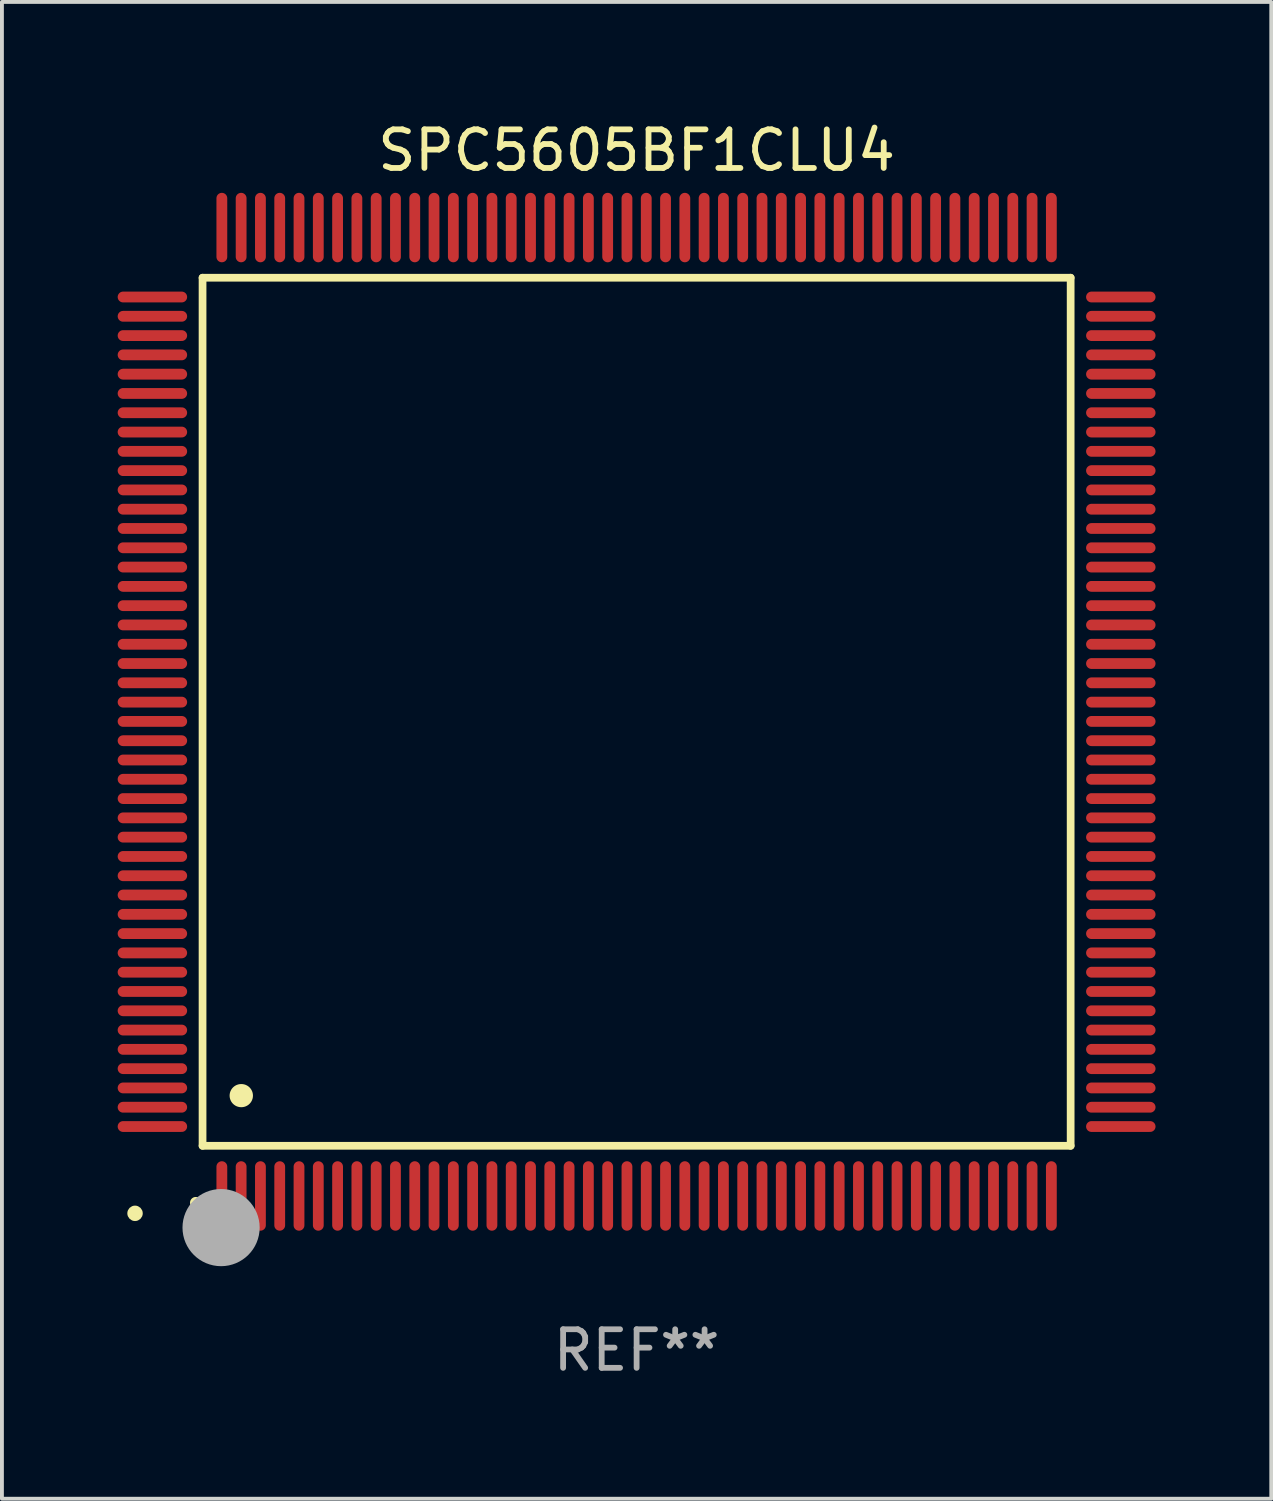
<source format=kicad_pcb>
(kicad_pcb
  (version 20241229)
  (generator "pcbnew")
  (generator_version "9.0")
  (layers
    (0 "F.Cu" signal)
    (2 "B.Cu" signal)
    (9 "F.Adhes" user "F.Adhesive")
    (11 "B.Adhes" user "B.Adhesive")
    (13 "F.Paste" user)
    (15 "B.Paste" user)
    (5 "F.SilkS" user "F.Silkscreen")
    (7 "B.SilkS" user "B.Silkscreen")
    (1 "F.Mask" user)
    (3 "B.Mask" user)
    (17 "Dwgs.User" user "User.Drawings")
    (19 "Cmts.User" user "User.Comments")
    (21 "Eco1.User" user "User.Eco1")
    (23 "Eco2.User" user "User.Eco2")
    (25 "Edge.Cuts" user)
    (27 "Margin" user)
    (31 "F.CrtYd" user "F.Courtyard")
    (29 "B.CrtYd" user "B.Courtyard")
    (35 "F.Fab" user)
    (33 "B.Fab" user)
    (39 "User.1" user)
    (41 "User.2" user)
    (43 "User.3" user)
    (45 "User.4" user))
  (footprint "SPC5605BF1CLU4"
    (layer "F.Cu")
    (at 13.45 15.398)
    (property "Reference" "SPC5605BF1CLU4" (at 0 -14.55 0) (layer "F.SilkS") (effects (font (size 1 1) (thickness 0.15))))
    (attr through_hole)
    (fp_line (start -11.25 -11.25) (end 11.25 -11.25) (stroke (width 0.2) (type solid)) (layer "F.SilkS"))
    (fp_line (start -11.25 11.25) (end -11.25 -11.25) (stroke (width 0.2) (type solid)) (layer "F.SilkS"))
    (fp_line (start 11.25 -11.25) (end 11.25 11.25) (stroke (width 0.2) (type solid)) (layer "F.SilkS"))
    (fp_line (start 11.25 11.25) (end -11.25 11.25) (stroke (width 0.2) (type solid)) (layer "F.SilkS"))
    (fp_arc (start -11.424943 12.725425) (mid -11.423673 12.72542) (end -11.422403 12.725425) (stroke (width 0.3) (type solid)) (layer "F.SilkS"))
    (fp_arc (start -10.24892 9.9492) (mid -10.24638 9.949189) (end -10.24384 9.9492) (stroke (width 0.6) (type solid)) (layer "F.SilkS"))
    (fp_circle (center -13 13) (end -12.9 13) (stroke (width 0.2) (type solid)) (fill no) (layer "F.SilkS"))
    (fp_circle (center -10.77 13.37) (end -10.27 13.37) (stroke (width 1) (type solid)) (fill no) (layer "F.Fab"))
    (fp_text user "REF**" (at 0 16.55 0) (layer "F.Fab") (effects (font (size 1 1) (thickness 0.15))))
    (pad "1" smd oval (at -10.75 12.55) (size 0.28 1.8) (layers "F.Cu" "F.Mask" "F.Paste"))
    (pad "2" smd oval (at -10.25 12.55) (size 0.28 1.8) (layers "F.Cu" "F.Mask" "F.Paste"))
    (pad "3" smd oval (at -9.75 12.55) (size 0.28 1.8) (layers "F.Cu" "F.Mask" "F.Paste"))
    (pad "4" smd oval (at -9.25 12.55) (size 0.28 1.8) (layers "F.Cu" "F.Mask" "F.Paste"))
    (pad "5" smd oval (at -8.75 12.55) (size 0.28 1.8) (layers "F.Cu" "F.Mask" "F.Paste"))
    (pad "6" smd oval (at -8.25 12.55) (size 0.28 1.8) (layers "F.Cu" "F.Mask" "F.Paste"))
    (pad "7" smd oval (at -7.75 12.55) (size 0.28 1.8) (layers "F.Cu" "F.Mask" "F.Paste"))
    (pad "8" smd oval (at -7.25 12.55) (size 0.28 1.8) (layers "F.Cu" "F.Mask" "F.Paste"))
    (pad "9" smd oval (at -6.75 12.55) (size 0.28 1.8) (layers "F.Cu" "F.Mask" "F.Paste"))
    (pad "10" smd oval (at -6.25 12.55) (size 0.28 1.8) (layers "F.Cu" "F.Mask" "F.Paste"))
    (pad "11" smd oval (at -5.75 12.55) (size 0.28 1.8) (layers "F.Cu" "F.Mask" "F.Paste"))
    (pad "12" smd oval (at -5.25 12.55) (size 0.28 1.8) (layers "F.Cu" "F.Mask" "F.Paste"))
    (pad "13" smd oval (at -4.75 12.55) (size 0.28 1.8) (layers "F.Cu" "F.Mask" "F.Paste"))
    (pad "14" smd oval (at -4.25 12.55) (size 0.28 1.8) (layers "F.Cu" "F.Mask" "F.Paste"))
    (pad "15" smd oval (at -3.75 12.55) (size 0.28 1.8) (layers "F.Cu" "F.Mask" "F.Paste"))
    (pad "16" smd oval (at -3.25 12.55) (size 0.28 1.8) (layers "F.Cu" "F.Mask" "F.Paste"))
    (pad "17" smd oval (at -2.75 12.55) (size 0.28 1.8) (layers "F.Cu" "F.Mask" "F.Paste"))
    (pad "18" smd oval (at -2.25 12.55) (size 0.28 1.8) (layers "F.Cu" "F.Mask" "F.Paste"))
    (pad "19" smd oval (at -1.75 12.55) (size 0.28 1.8) (layers "F.Cu" "F.Mask" "F.Paste"))
    (pad "20" smd oval (at -1.25 12.55) (size 0.28 1.8) (layers "F.Cu" "F.Mask" "F.Paste"))
    (pad "21" smd oval (at -0.75 12.55) (size 0.28 1.8) (layers "F.Cu" "F.Mask" "F.Paste"))
    (pad "22" smd oval (at -0.25 12.55) (size 0.28 1.8) (layers "F.Cu" "F.Mask" "F.Paste"))
    (pad "23" smd oval (at 0.25 12.55) (size 0.28 1.8) (layers "F.Cu" "F.Mask" "F.Paste"))
    (pad "24" smd oval (at 0.75 12.55) (size 0.28 1.8) (layers "F.Cu" "F.Mask" "F.Paste"))
    (pad "25" smd oval (at 1.25 12.55) (size 0.28 1.8) (layers "F.Cu" "F.Mask" "F.Paste"))
    (pad "26" smd oval (at 1.75 12.55) (size 0.28 1.8) (layers "F.Cu" "F.Mask" "F.Paste"))
    (pad "27" smd oval (at 2.25 12.55) (size 0.28 1.8) (layers "F.Cu" "F.Mask" "F.Paste"))
    (pad "28" smd oval (at 2.75 12.55) (size 0.28 1.8) (layers "F.Cu" "F.Mask" "F.Paste"))
    (pad "29" smd oval (at 3.25 12.55) (size 0.28 1.8) (layers "F.Cu" "F.Mask" "F.Paste"))
    (pad "30" smd oval (at 3.75 12.55) (size 0.28 1.8) (layers "F.Cu" "F.Mask" "F.Paste"))
    (pad "31" smd oval (at 4.25 12.55) (size 0.28 1.8) (layers "F.Cu" "F.Mask" "F.Paste"))
    (pad "32" smd oval (at 4.75 12.55) (size 0.28 1.8) (layers "F.Cu" "F.Mask" "F.Paste"))
    (pad "33" smd oval (at 5.25 12.55) (size 0.28 1.8) (layers "F.Cu" "F.Mask" "F.Paste"))
    (pad "34" smd oval (at 5.75 12.55) (size 0.28 1.8) (layers "F.Cu" "F.Mask" "F.Paste"))
    (pad "35" smd oval (at 6.25 12.55) (size 0.28 1.8) (layers "F.Cu" "F.Mask" "F.Paste"))
    (pad "36" smd oval (at 6.75 12.55) (size 0.28 1.8) (layers "F.Cu" "F.Mask" "F.Paste"))
    (pad "37" smd oval (at 7.25 12.55) (size 0.28 1.8) (layers "F.Cu" "F.Mask" "F.Paste"))
    (pad "38" smd oval (at 7.75 12.55) (size 0.28 1.8) (layers "F.Cu" "F.Mask" "F.Paste"))
    (pad "39" smd oval (at 8.25 12.55) (size 0.28 1.8) (layers "F.Cu" "F.Mask" "F.Paste"))
    (pad "40" smd oval (at 8.75 12.55) (size 0.28 1.8) (layers "F.Cu" "F.Mask" "F.Paste"))
    (pad "41" smd oval (at 9.25 12.55) (size 0.28 1.8) (layers "F.Cu" "F.Mask" "F.Paste"))
    (pad "42" smd oval (at 9.75 12.55) (size 0.28 1.8) (layers "F.Cu" "F.Mask" "F.Paste"))
    (pad "43" smd oval (at 10.25 12.55) (size 0.28 1.8) (layers "F.Cu" "F.Mask" "F.Paste"))
    (pad "44" smd oval (at 10.75 12.55) (size 0.28 1.8) (layers "F.Cu" "F.Mask" "F.Paste"))
    (pad "45" smd oval (at 12.55 10.75) (size 1.8 0.28) (layers "F.Cu" "F.Mask" "F.Paste"))
    (pad "46" smd oval (at 12.55 10.25) (size 1.8 0.28) (layers "F.Cu" "F.Mask" "F.Paste"))
    (pad "47" smd oval (at 12.55 9.75) (size 1.8 0.28) (layers "F.Cu" "F.Mask" "F.Paste"))
    (pad "48" smd oval (at 12.55 9.25) (size 1.8 0.28) (layers "F.Cu" "F.Mask" "F.Paste"))
    (pad "49" smd oval (at 12.55 8.75) (size 1.8 0.28) (layers "F.Cu" "F.Mask" "F.Paste"))
    (pad "50" smd oval (at 12.55 8.25) (size 1.8 0.28) (layers "F.Cu" "F.Mask" "F.Paste"))
    (pad "51" smd oval (at 12.55 7.75) (size 1.8 0.28) (layers "F.Cu" "F.Mask" "F.Paste"))
    (pad "52" smd oval (at 12.55 7.25) (size 1.8 0.28) (layers "F.Cu" "F.Mask" "F.Paste"))
    (pad "53" smd oval (at 12.55 6.75) (size 1.8 0.28) (layers "F.Cu" "F.Mask" "F.Paste"))
    (pad "54" smd oval (at 12.55 6.25) (size 1.8 0.28) (layers "F.Cu" "F.Mask" "F.Paste"))
    (pad "55" smd oval (at 12.55 5.75) (size 1.8 0.28) (layers "F.Cu" "F.Mask" "F.Paste"))
    (pad "56" smd oval (at 12.55 5.25) (size 1.8 0.28) (layers "F.Cu" "F.Mask" "F.Paste"))
    (pad "57" smd oval (at 12.55 4.75) (size 1.8 0.28) (layers "F.Cu" "F.Mask" "F.Paste"))
    (pad "58" smd oval (at 12.55 4.25) (size 1.8 0.28) (layers "F.Cu" "F.Mask" "F.Paste"))
    (pad "59" smd oval (at 12.55 3.75) (size 1.8 0.28) (layers "F.Cu" "F.Mask" "F.Paste"))
    (pad "60" smd oval (at 12.55 3.25) (size 1.8 0.28) (layers "F.Cu" "F.Mask" "F.Paste"))
    (pad "61" smd oval (at 12.55 2.75) (size 1.8 0.28) (layers "F.Cu" "F.Mask" "F.Paste"))
    (pad "62" smd oval (at 12.55 2.25) (size 1.8 0.28) (layers "F.Cu" "F.Mask" "F.Paste"))
    (pad "63" smd oval (at 12.55 1.75) (size 1.8 0.28) (layers "F.Cu" "F.Mask" "F.Paste"))
    (pad "64" smd oval (at 12.55 1.25) (size 1.8 0.28) (layers "F.Cu" "F.Mask" "F.Paste"))
    (pad "65" smd oval (at 12.55 0.75) (size 1.8 0.28) (layers "F.Cu" "F.Mask" "F.Paste"))
    (pad "66" smd oval (at 12.55 0.25) (size 1.8 0.28) (layers "F.Cu" "F.Mask" "F.Paste"))
    (pad "67" smd oval (at 12.55 -0.25) (size 1.8 0.28) (layers "F.Cu" "F.Mask" "F.Paste"))
    (pad "68" smd oval (at 12.55 -0.75) (size 1.8 0.28) (layers "F.Cu" "F.Mask" "F.Paste"))
    (pad "69" smd oval (at 12.55 -1.25) (size 1.8 0.28) (layers "F.Cu" "F.Mask" "F.Paste"))
    (pad "70" smd oval (at 12.55 -1.75) (size 1.8 0.28) (layers "F.Cu" "F.Mask" "F.Paste"))
    (pad "71" smd oval (at 12.55 -2.25) (size 1.8 0.28) (layers "F.Cu" "F.Mask" "F.Paste"))
    (pad "72" smd oval (at 12.55 -2.75) (size 1.8 0.28) (layers "F.Cu" "F.Mask" "F.Paste"))
    (pad "73" smd oval (at 12.55 -3.25) (size 1.8 0.28) (layers "F.Cu" "F.Mask" "F.Paste"))
    (pad "74" smd oval (at 12.55 -3.75) (size 1.8 0.28) (layers "F.Cu" "F.Mask" "F.Paste"))
    (pad "75" smd oval (at 12.55 -4.25) (size 1.8 0.28) (layers "F.Cu" "F.Mask" "F.Paste"))
    (pad "76" smd oval (at 12.55 -4.75) (size 1.8 0.28) (layers "F.Cu" "F.Mask" "F.Paste"))
    (pad "77" smd oval (at 12.55 -5.25) (size 1.8 0.28) (layers "F.Cu" "F.Mask" "F.Paste"))
    (pad "78" smd oval (at 12.55 -5.75) (size 1.8 0.28) (layers "F.Cu" "F.Mask" "F.Paste"))
    (pad "79" smd oval (at 12.55 -6.25) (size 1.8 0.28) (layers "F.Cu" "F.Mask" "F.Paste"))
    (pad "80" smd oval (at 12.55 -6.75) (size 1.8 0.28) (layers "F.Cu" "F.Mask" "F.Paste"))
    (pad "81" smd oval (at 12.55 -7.25) (size 1.8 0.28) (layers "F.Cu" "F.Mask" "F.Paste"))
    (pad "82" smd oval (at 12.55 -7.75) (size 1.8 0.28) (layers "F.Cu" "F.Mask" "F.Paste"))
    (pad "83" smd oval (at 12.55 -8.25) (size 1.8 0.28) (layers "F.Cu" "F.Mask" "F.Paste"))
    (pad "84" smd oval (at 12.55 -8.75) (size 1.8 0.28) (layers "F.Cu" "F.Mask" "F.Paste"))
    (pad "85" smd oval (at 12.55 -9.25) (size 1.8 0.28) (layers "F.Cu" "F.Mask" "F.Paste"))
    (pad "86" smd oval (at 12.55 -9.75) (size 1.8 0.28) (layers "F.Cu" "F.Mask" "F.Paste"))
    (pad "87" smd oval (at 12.55 -10.25) (size 1.8 0.28) (layers "F.Cu" "F.Mask" "F.Paste"))
    (pad "88" smd oval (at 12.55 -10.75) (size 1.8 0.28) (layers "F.Cu" "F.Mask" "F.Paste"))
    (pad "89" smd oval (at 10.75 -12.55) (size 0.28 1.8) (layers "F.Cu" "F.Mask" "F.Paste"))
    (pad "90" smd oval (at 10.25 -12.55) (size 0.28 1.8) (layers "F.Cu" "F.Mask" "F.Paste"))
    (pad "91" smd oval (at 9.75 -12.55) (size 0.28 1.8) (layers "F.Cu" "F.Mask" "F.Paste"))
    (pad "92" smd oval (at 9.25 -12.55) (size 0.28 1.8) (layers "F.Cu" "F.Mask" "F.Paste"))
    (pad "93" smd oval (at 8.75 -12.55) (size 0.28 1.8) (layers "F.Cu" "F.Mask" "F.Paste"))
    (pad "94" smd oval (at 8.25 -12.55) (size 0.28 1.8) (layers "F.Cu" "F.Mask" "F.Paste"))
    (pad "95" smd oval (at 7.75 -12.55) (size 0.28 1.8) (layers "F.Cu" "F.Mask" "F.Paste"))
    (pad "96" smd oval (at 7.25 -12.55) (size 0.28 1.8) (layers "F.Cu" "F.Mask" "F.Paste"))
    (pad "97" smd oval (at 6.75 -12.55) (size 0.28 1.8) (layers "F.Cu" "F.Mask" "F.Paste"))
    (pad "98" smd oval (at 6.25 -12.55) (size 0.28 1.8) (layers "F.Cu" "F.Mask" "F.Paste"))
    (pad "99" smd oval (at 5.75 -12.55) (size 0.28 1.8) (layers "F.Cu" "F.Mask" "F.Paste"))
    (pad "100" smd oval (at 5.25 -12.55) (size 0.28 1.8) (layers "F.Cu" "F.Mask" "F.Paste"))
    (pad "101" smd oval (at 4.75 -12.55) (size 0.28 1.8) (layers "F.Cu" "F.Mask" "F.Paste"))
    (pad "102" smd oval (at 4.25 -12.55) (size 0.28 1.8) (layers "F.Cu" "F.Mask" "F.Paste"))
    (pad "103" smd oval (at 3.75 -12.55) (size 0.28 1.8) (layers "F.Cu" "F.Mask" "F.Paste"))
    (pad "104" smd oval (at 3.25 -12.55) (size 0.28 1.8) (layers "F.Cu" "F.Mask" "F.Paste"))
    (pad "105" smd oval (at 2.75 -12.55) (size 0.28 1.8) (layers "F.Cu" "F.Mask" "F.Paste"))
    (pad "106" smd oval (at 2.25 -12.55) (size 0.28 1.8) (layers "F.Cu" "F.Mask" "F.Paste"))
    (pad "107" smd oval (at 1.75 -12.55) (size 0.28 1.8) (layers "F.Cu" "F.Mask" "F.Paste"))
    (pad "108" smd oval (at 1.25 -12.55) (size 0.28 1.8) (layers "F.Cu" "F.Mask" "F.Paste"))
    (pad "109" smd oval (at 0.75 -12.55) (size 0.28 1.8) (layers "F.Cu" "F.Mask" "F.Paste"))
    (pad "110" smd oval (at 0.25 -12.55) (size 0.28 1.8) (layers "F.Cu" "F.Mask" "F.Paste"))
    (pad "111" smd oval (at -0.25 -12.55) (size 0.28 1.8) (layers "F.Cu" "F.Mask" "F.Paste"))
    (pad "112" smd oval (at -0.75 -12.55) (size 0.28 1.8) (layers "F.Cu" "F.Mask" "F.Paste"))
    (pad "113" smd oval (at -1.25 -12.55) (size 0.28 1.8) (layers "F.Cu" "F.Mask" "F.Paste"))
    (pad "114" smd oval (at -1.75 -12.55) (size 0.28 1.8) (layers "F.Cu" "F.Mask" "F.Paste"))
    (pad "115" smd oval (at -2.25 -12.55) (size 0.28 1.8) (layers "F.Cu" "F.Mask" "F.Paste"))
    (pad "116" smd oval (at -2.75 -12.55) (size 0.28 1.8) (layers "F.Cu" "F.Mask" "F.Paste"))
    (pad "117" smd oval (at -3.25 -12.55) (size 0.28 1.8) (layers "F.Cu" "F.Mask" "F.Paste"))
    (pad "118" smd oval (at -3.75 -12.55) (size 0.28 1.8) (layers "F.Cu" "F.Mask" "F.Paste"))
    (pad "119" smd oval (at -4.25 -12.55) (size 0.28 1.8) (layers "F.Cu" "F.Mask" "F.Paste"))
    (pad "120" smd oval (at -4.75 -12.55) (size 0.28 1.8) (layers "F.Cu" "F.Mask" "F.Paste"))
    (pad "121" smd oval (at -5.25 -12.55) (size 0.28 1.8) (layers "F.Cu" "F.Mask" "F.Paste"))
    (pad "122" smd oval (at -5.75 -12.55) (size 0.28 1.8) (layers "F.Cu" "F.Mask" "F.Paste"))
    (pad "123" smd oval (at -6.25 -12.55) (size 0.28 1.8) (layers "F.Cu" "F.Mask" "F.Paste"))
    (pad "124" smd oval (at -6.75 -12.55) (size 0.28 1.8) (layers "F.Cu" "F.Mask" "F.Paste"))
    (pad "125" smd oval (at -7.25 -12.55) (size 0.28 1.8) (layers "F.Cu" "F.Mask" "F.Paste"))
    (pad "126" smd oval (at -7.75 -12.55) (size 0.28 1.8) (layers "F.Cu" "F.Mask" "F.Paste"))
    (pad "127" smd oval (at -8.25 -12.55) (size 0.28 1.8) (layers "F.Cu" "F.Mask" "F.Paste"))
    (pad "128" smd oval (at -8.75 -12.55) (size 0.28 1.8) (layers "F.Cu" "F.Mask" "F.Paste"))
    (pad "129" smd oval (at -9.25 -12.55) (size 0.28 1.8) (layers "F.Cu" "F.Mask" "F.Paste"))
    (pad "130" smd oval (at -9.75 -12.55) (size 0.28 1.8) (layers "F.Cu" "F.Mask" "F.Paste"))
    (pad "131" smd oval (at -10.25 -12.55) (size 0.28 1.8) (layers "F.Cu" "F.Mask" "F.Paste"))
    (pad "132" smd oval (at -10.75 -12.55) (size 0.28 1.8) (layers "F.Cu" "F.Mask" "F.Paste"))
    (pad "133" smd oval (at -12.55 -10.75) (size 1.8 0.28) (layers "F.Cu" "F.Mask" "F.Paste"))
    (pad "134" smd oval (at -12.55 -10.25) (size 1.8 0.28) (layers "F.Cu" "F.Mask" "F.Paste"))
    (pad "135" smd oval (at -12.55 -9.75) (size 1.8 0.28) (layers "F.Cu" "F.Mask" "F.Paste"))
    (pad "136" smd oval (at -12.55 -9.25) (size 1.8 0.28) (layers "F.Cu" "F.Mask" "F.Paste"))
    (pad "137" smd oval (at -12.55 -8.75) (size 1.8 0.28) (layers "F.Cu" "F.Mask" "F.Paste"))
    (pad "138" smd oval (at -12.55 -8.25) (size 1.8 0.28) (layers "F.Cu" "F.Mask" "F.Paste"))
    (pad "139" smd oval (at -12.55 -7.75) (size 1.8 0.28) (layers "F.Cu" "F.Mask" "F.Paste"))
    (pad "140" smd oval (at -12.55 -7.25) (size 1.8 0.28) (layers "F.Cu" "F.Mask" "F.Paste"))
    (pad "141" smd oval (at -12.55 -6.75) (size 1.8 0.28) (layers "F.Cu" "F.Mask" "F.Paste"))
    (pad "142" smd oval (at -12.55 -6.25) (size 1.8 0.28) (layers "F.Cu" "F.Mask" "F.Paste"))
    (pad "143" smd oval (at -12.55 -5.75) (size 1.8 0.28) (layers "F.Cu" "F.Mask" "F.Paste"))
    (pad "144" smd oval (at -12.55 -5.25) (size 1.8 0.28) (layers "F.Cu" "F.Mask" "F.Paste"))
    (pad "145" smd oval (at -12.55 -4.75) (size 1.8 0.28) (layers "F.Cu" "F.Mask" "F.Paste"))
    (pad "146" smd oval (at -12.55 -4.25) (size 1.8 0.28) (layers "F.Cu" "F.Mask" "F.Paste"))
    (pad "147" smd oval (at -12.55 -3.75) (size 1.8 0.28) (layers "F.Cu" "F.Mask" "F.Paste"))
    (pad "148" smd oval (at -12.55 -3.25) (size 1.8 0.28) (layers "F.Cu" "F.Mask" "F.Paste"))
    (pad "149" smd oval (at -12.55 -2.75) (size 1.8 0.28) (layers "F.Cu" "F.Mask" "F.Paste"))
    (pad "150" smd oval (at -12.55 -2.25) (size 1.8 0.28) (layers "F.Cu" "F.Mask" "F.Paste"))
    (pad "151" smd oval (at -12.55 -1.75) (size 1.8 0.28) (layers "F.Cu" "F.Mask" "F.Paste"))
    (pad "152" smd oval (at -12.55 -1.25) (size 1.8 0.28) (layers "F.Cu" "F.Mask" "F.Paste"))
    (pad "153" smd oval (at -12.55 -0.75) (size 1.8 0.28) (layers "F.Cu" "F.Mask" "F.Paste"))
    (pad "154" smd oval (at -12.55 -0.25) (size 1.8 0.28) (layers "F.Cu" "F.Mask" "F.Paste"))
    (pad "155" smd oval (at -12.55 0.25) (size 1.8 0.28) (layers "F.Cu" "F.Mask" "F.Paste"))
    (pad "156" smd oval (at -12.55 0.75) (size 1.8 0.28) (layers "F.Cu" "F.Mask" "F.Paste"))
    (pad "157" smd oval (at -12.55 1.25) (size 1.8 0.28) (layers "F.Cu" "F.Mask" "F.Paste"))
    (pad "158" smd oval (at -12.55 1.75) (size 1.8 0.28) (layers "F.Cu" "F.Mask" "F.Paste"))
    (pad "159" smd oval (at -12.55 2.25) (size 1.8 0.28) (layers "F.Cu" "F.Mask" "F.Paste"))
    (pad "160" smd oval (at -12.55 2.75) (size 1.8 0.28) (layers "F.Cu" "F.Mask" "F.Paste"))
    (pad "161" smd oval (at -12.55 3.25) (size 1.8 0.28) (layers "F.Cu" "F.Mask" "F.Paste"))
    (pad "162" smd oval (at -12.55 3.75) (size 1.8 0.28) (layers "F.Cu" "F.Mask" "F.Paste"))
    (pad "163" smd oval (at -12.55 4.25) (size 1.8 0.28) (layers "F.Cu" "F.Mask" "F.Paste"))
    (pad "164" smd oval (at -12.55 4.75) (size 1.8 0.28) (layers "F.Cu" "F.Mask" "F.Paste"))
    (pad "165" smd oval (at -12.55 5.25) (size 1.8 0.28) (layers "F.Cu" "F.Mask" "F.Paste"))
    (pad "166" smd oval (at -12.55 5.75) (size 1.8 0.28) (layers "F.Cu" "F.Mask" "F.Paste"))
    (pad "167" smd oval (at -12.55 6.25) (size 1.8 0.28) (layers "F.Cu" "F.Mask" "F.Paste"))
    (pad "168" smd oval (at -12.55 6.75) (size 1.8 0.28) (layers "F.Cu" "F.Mask" "F.Paste"))
    (pad "169" smd oval (at -12.55 7.25) (size 1.8 0.28) (layers "F.Cu" "F.Mask" "F.Paste"))
    (pad "170" smd oval (at -12.55 7.75) (size 1.8 0.28) (layers "F.Cu" "F.Mask" "F.Paste"))
    (pad "171" smd oval (at -12.55 8.25) (size 1.8 0.28) (layers "F.Cu" "F.Mask" "F.Paste"))
    (pad "172" smd oval (at -12.55 8.75) (size 1.8 0.28) (layers "F.Cu" "F.Mask" "F.Paste"))
    (pad "173" smd oval (at -12.55 9.25) (size 1.8 0.28) (layers "F.Cu" "F.Mask" "F.Paste"))
    (pad "174" smd oval (at -12.55 9.75) (size 1.8 0.28) (layers "F.Cu" "F.Mask" "F.Paste"))
    (pad "175" smd oval (at -12.55 10.25) (size 1.8 0.28) (layers "F.Cu" "F.Mask" "F.Paste"))
    (pad "176" smd oval (at -12.55 10.75) (size 1.8 0.28) (layers "F.Cu" "F.Mask" "F.Paste")))
  (gr_rect
    (start -3 -3)
    (end 29.9 35.796)
    (stroke (width 0.1) (type default))
    (fill no)
    (layer "Edge.Cuts")))
</source>
